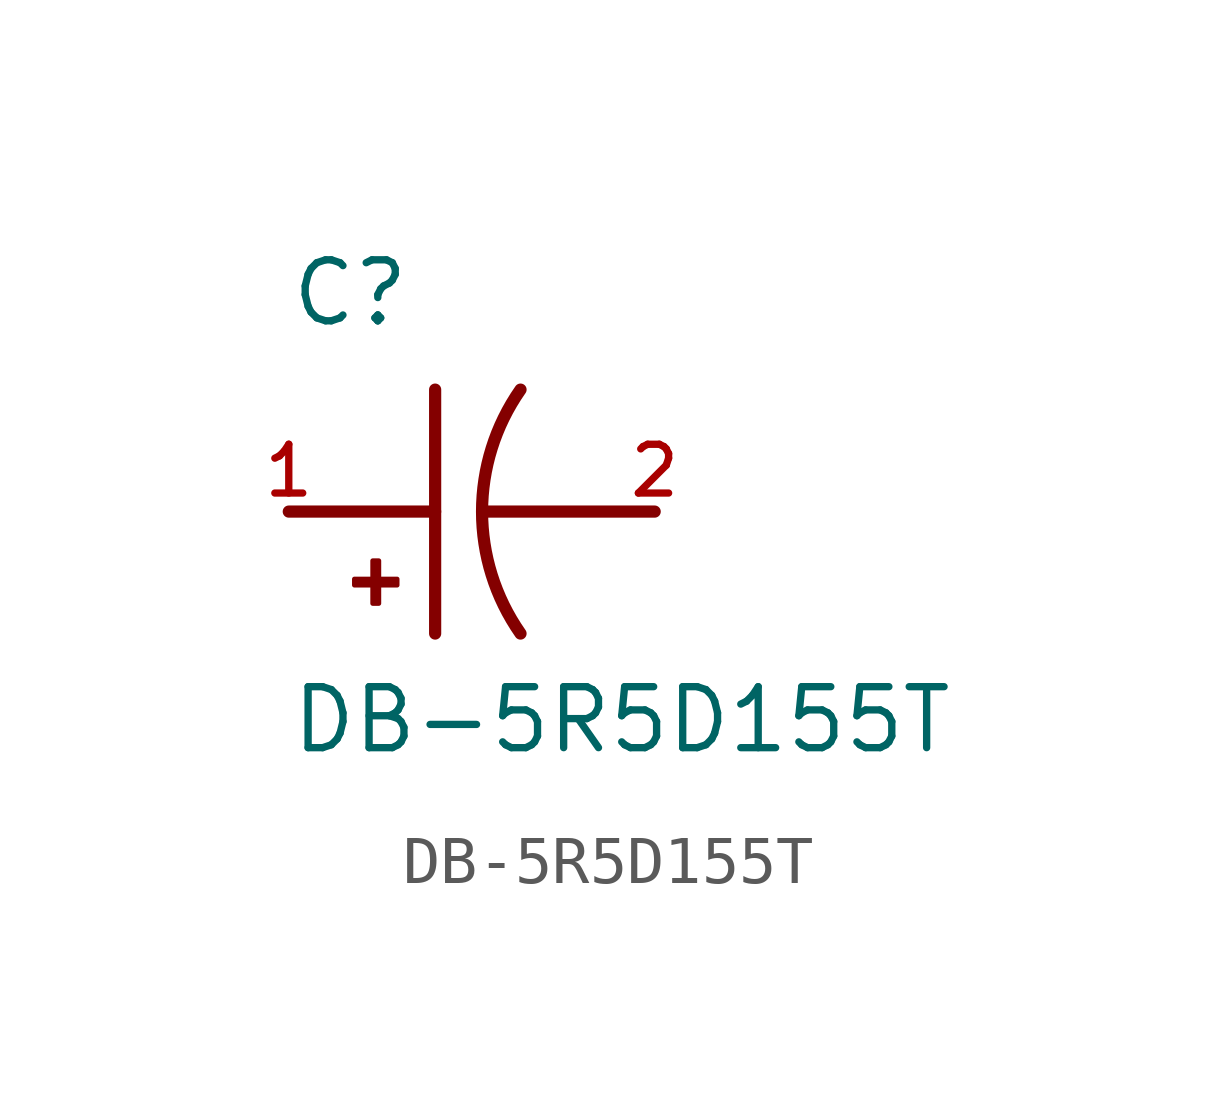
<source format=kicad_sym>
(kicad_symbol_lib
  (version 20211014)
  (generator kicad_symbol_editor)
  (symbol "DB-5R5D155T"
    (pin_names
      (offset 1.016))
    (property "Reference" "C"
      (at -5.08 3.81 0)
      (effects (font (size 1.27 1.27)) (justify bottom left)))
    (property "Value" "DB-5R5D155T"
      (at -5.08 -5.08 0)
      (effects (font (size 1.27 1.27)) (justify bottom left)))
    (symbol "DB-5R5D155T_0_0"
      (arc (start -0.254 -2.54) (mid -1.0549 -0.0) (end -0.254 2.54) (stroke (width 0.254) (type default) (color 0 0 0 0)) (fill (type none)))
      (polyline (pts (xy -1.016 0.0) (xy 2.54 0.0)) (stroke (width 0.254)))
      (polyline (pts (xy -5.08 0.0) (xy -2.032 0.0)) (stroke (width 0.254)))
      (polyline (pts (xy -2.032 2.54) (xy -2.032 -2.54)) (stroke (width 0.254)))
      (rectangle (start -3.713 -1.532) (end -2.824 -1.405) (stroke (width 0.1)) (fill (type outline)))
      (rectangle (start -3.332 -1.913) (end -3.205 -1.024) (stroke (width 0.1)) (fill (type outline)))
      (pin passive line (at -5.08 0.0 0) (length 0) (name "~" (effects (font (size 1.016 1.016)))) (number "1" (effects (font (size 1.016 1.016)))))
      (pin passive line (at 2.54 0.0 180.0) (length 0) (name "~" (effects (font (size 1.016 1.016)))) (number "2" (effects (font (size 1.016 1.016))))))))
</source>
